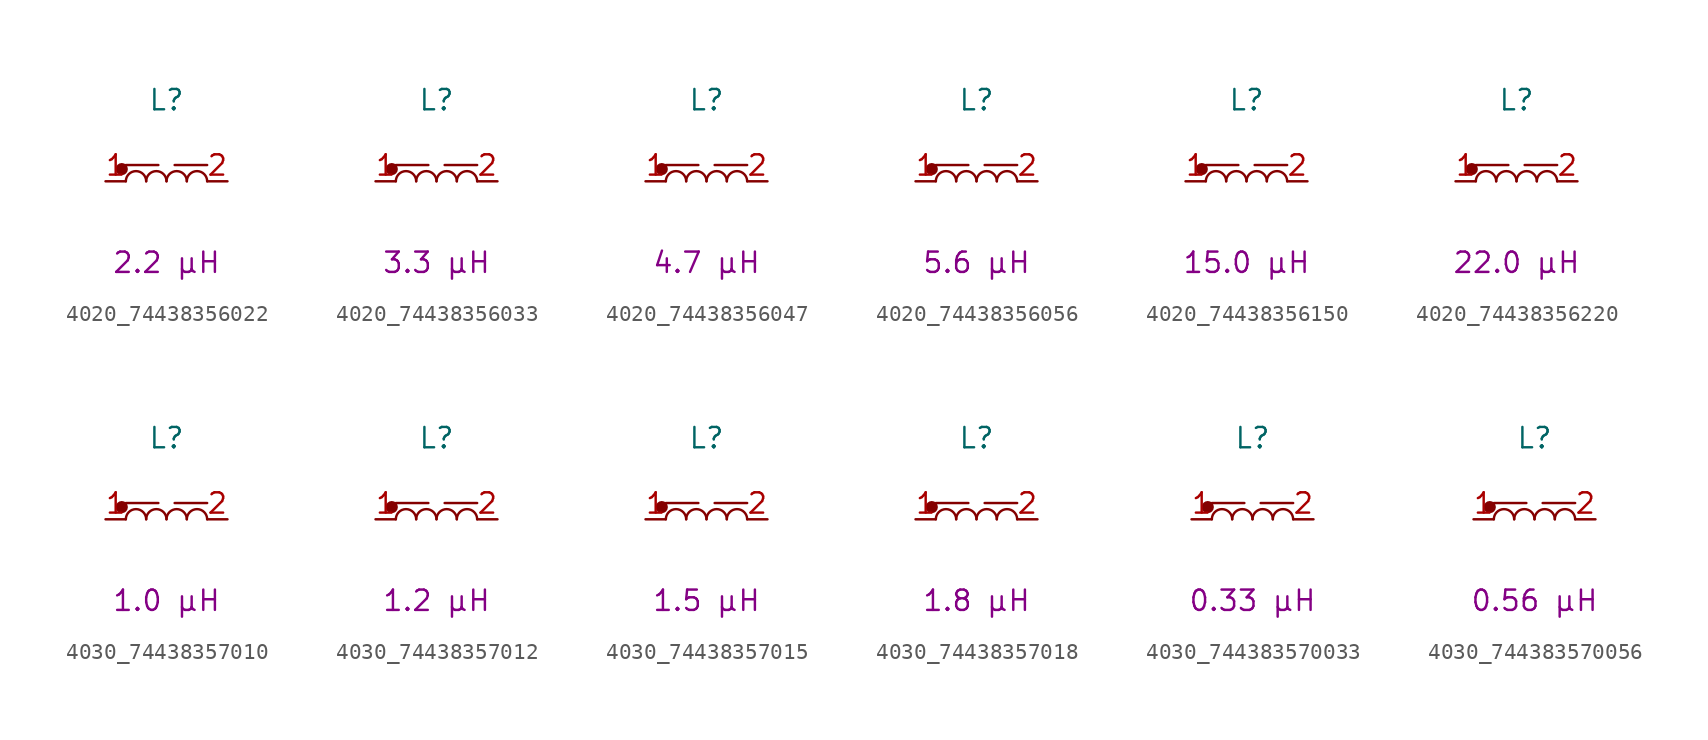
<source format=kicad_sym>
(kicad_symbol_lib
  (version 20220914)
  (generator kicad_symbol_editor)
  (symbol "4020_74438356022"
    (pin_names hide)
    (property "Reference" "L"
      (at 0 5.08 0)
      (effects (font (size 1.27 1.27))))
    (property "Critical Parameter" "2.2 µH"
      (at 0 -5.08 0)
      (effects (font (size 1.27 1.27))))
    (symbol "4020_74438356022_0_1"
      (arc (start -1.27 0) (mid -1.905 0.6323) (end -2.54 0) (stroke (width 0) (type default)) (fill (type none)))
      (arc (start 0 0) (mid -0.635 0.6323) (end -1.27 0) (stroke (width 0) (type default)) (fill (type none)))
      (polyline (pts (xy -2.54 1.016) (xy -0.508 1.016)) (stroke (width 0) (type default)) (fill (type none)))
      (arc (start 1.27 0) (mid 0.635 0.6323) (end 0 0) (stroke (width 0) (type default)) (fill (type none)))
      (arc (start 2.54 0) (mid 1.905 0.6323) (end 1.27 0) (stroke (width 0) (type default)) (fill (type none))))
    (symbol "4020_74438356022_1_1"
      (circle (center -2.794 0.762) (radius 0.0001) (stroke (width 0.381) (type default)) (fill (type none)))
      (polyline (pts (xy 2.54 1.016) (xy 0.508 1.016)) (stroke (width 0) (type default)) (fill (type none)))
      (pin passive line (at -3.81 0 0) (length 1.27) (name "1" (effects (font (size 1.27 1.27)))) (number "1" (effects (font (size 1.27 1.27)))))
      (pin passive line (at 3.81 0 180) (length 1.27) (name "2" (effects (font (size 1.27 1.27)))) (number "2" (effects (font (size 1.27 1.27)))))))
  (symbol "4020_74438356033"
    (pin_names hide)
    (property "Reference" "L"
      (at 0 5.08 0)
      (effects (font (size 1.27 1.27))))
    (property "Critical Parameter" "3.3 µH"
      (at 0 -5.08 0)
      (effects (font (size 1.27 1.27))))
    (symbol "4020_74438356033_0_1"
      (arc (start -1.27 0) (mid -1.905 0.6323) (end -2.54 0) (stroke (width 0) (type default)) (fill (type none)))
      (arc (start 0 0) (mid -0.635 0.6323) (end -1.27 0) (stroke (width 0) (type default)) (fill (type none)))
      (polyline (pts (xy -2.54 1.016) (xy -0.508 1.016)) (stroke (width 0) (type default)) (fill (type none)))
      (arc (start 1.27 0) (mid 0.635 0.6323) (end 0 0) (stroke (width 0) (type default)) (fill (type none)))
      (arc (start 2.54 0) (mid 1.905 0.6323) (end 1.27 0) (stroke (width 0) (type default)) (fill (type none))))
    (symbol "4020_74438356033_1_1"
      (circle (center -2.794 0.762) (radius 0.0001) (stroke (width 0.381) (type default)) (fill (type none)))
      (polyline (pts (xy 2.54 1.016) (xy 0.508 1.016)) (stroke (width 0) (type default)) (fill (type none)))
      (pin passive line (at -3.81 0 0) (length 1.27) (name "1" (effects (font (size 1.27 1.27)))) (number "1" (effects (font (size 1.27 1.27)))))
      (pin passive line (at 3.81 0 180) (length 1.27) (name "2" (effects (font (size 1.27 1.27)))) (number "2" (effects (font (size 1.27 1.27)))))))
  (symbol "4020_74438356047"
    (pin_names hide)
    (property "Reference" "L"
      (at 0 5.08 0)
      (effects (font (size 1.27 1.27))))
    (property "Critical Parameter" "4.7 µH"
      (at 0 -5.08 0)
      (effects (font (size 1.27 1.27))))
    (symbol "4020_74438356047_0_1"
      (arc (start -1.27 0) (mid -1.905 0.6323) (end -2.54 0) (stroke (width 0) (type default)) (fill (type none)))
      (arc (start 0 0) (mid -0.635 0.6323) (end -1.27 0) (stroke (width 0) (type default)) (fill (type none)))
      (polyline (pts (xy -2.54 1.016) (xy -0.508 1.016)) (stroke (width 0) (type default)) (fill (type none)))
      (arc (start 1.27 0) (mid 0.635 0.6323) (end 0 0) (stroke (width 0) (type default)) (fill (type none)))
      (arc (start 2.54 0) (mid 1.905 0.6323) (end 1.27 0) (stroke (width 0) (type default)) (fill (type none))))
    (symbol "4020_74438356047_1_1"
      (circle (center -2.794 0.762) (radius 0.0001) (stroke (width 0.381) (type default)) (fill (type none)))
      (polyline (pts (xy 2.54 1.016) (xy 0.508 1.016)) (stroke (width 0) (type default)) (fill (type none)))
      (pin passive line (at -3.81 0 0) (length 1.27) (name "1" (effects (font (size 1.27 1.27)))) (number "1" (effects (font (size 1.27 1.27)))))
      (pin passive line (at 3.81 0 180) (length 1.27) (name "2" (effects (font (size 1.27 1.27)))) (number "2" (effects (font (size 1.27 1.27)))))))
  (symbol "4020_74438356056"
    (pin_names hide)
    (property "Reference" "L"
      (at 0 5.08 0)
      (effects (font (size 1.27 1.27))))
    (property "Critical Parameter" "5.6 µH"
      (at 0 -5.08 0)
      (effects (font (size 1.27 1.27))))
    (symbol "4020_74438356056_0_1"
      (arc (start -1.27 0) (mid -1.905 0.6323) (end -2.54 0) (stroke (width 0) (type default)) (fill (type none)))
      (arc (start 0 0) (mid -0.635 0.6323) (end -1.27 0) (stroke (width 0) (type default)) (fill (type none)))
      (polyline (pts (xy -2.54 1.016) (xy -0.508 1.016)) (stroke (width 0) (type default)) (fill (type none)))
      (arc (start 1.27 0) (mid 0.635 0.6323) (end 0 0) (stroke (width 0) (type default)) (fill (type none)))
      (arc (start 2.54 0) (mid 1.905 0.6323) (end 1.27 0) (stroke (width 0) (type default)) (fill (type none))))
    (symbol "4020_74438356056_1_1"
      (circle (center -2.794 0.762) (radius 0.0001) (stroke (width 0.381) (type default)) (fill (type none)))
      (polyline (pts (xy 2.54 1.016) (xy 0.508 1.016)) (stroke (width 0) (type default)) (fill (type none)))
      (pin passive line (at -3.81 0 0) (length 1.27) (name "1" (effects (font (size 1.27 1.27)))) (number "1" (effects (font (size 1.27 1.27)))))
      (pin passive line (at 3.81 0 180) (length 1.27) (name "2" (effects (font (size 1.27 1.27)))) (number "2" (effects (font (size 1.27 1.27)))))))
  (symbol "4020_74438356150"
    (pin_names hide)
    (property "Reference" "L"
      (at 0 5.08 0)
      (effects (font (size 1.27 1.27))))
    (property "Critical Parameter" "15.0 µH"
      (at 0 -5.08 0)
      (effects (font (size 1.27 1.27))))
    (symbol "4020_74438356150_0_1"
      (arc (start -1.27 0) (mid -1.905 0.6323) (end -2.54 0) (stroke (width 0) (type default)) (fill (type none)))
      (arc (start 0 0) (mid -0.635 0.6323) (end -1.27 0) (stroke (width 0) (type default)) (fill (type none)))
      (polyline (pts (xy -2.54 1.016) (xy -0.508 1.016)) (stroke (width 0) (type default)) (fill (type none)))
      (arc (start 1.27 0) (mid 0.635 0.6323) (end 0 0) (stroke (width 0) (type default)) (fill (type none)))
      (arc (start 2.54 0) (mid 1.905 0.6323) (end 1.27 0) (stroke (width 0) (type default)) (fill (type none))))
    (symbol "4020_74438356150_1_1"
      (circle (center -2.794 0.762) (radius 0.0001) (stroke (width 0.381) (type default)) (fill (type none)))
      (polyline (pts (xy 2.54 1.016) (xy 0.508 1.016)) (stroke (width 0) (type default)) (fill (type none)))
      (pin passive line (at -3.81 0 0) (length 1.27) (name "1" (effects (font (size 1.27 1.27)))) (number "1" (effects (font (size 1.27 1.27)))))
      (pin passive line (at 3.81 0 180) (length 1.27) (name "2" (effects (font (size 1.27 1.27)))) (number "2" (effects (font (size 1.27 1.27)))))))
  (symbol "4020_74438356220"
    (pin_names hide)
    (property "Reference" "L"
      (at 0 5.08 0)
      (effects (font (size 1.27 1.27))))
    (property "Critical Parameter" "22.0 µH"
      (at 0 -5.08 0)
      (effects (font (size 1.27 1.27))))
    (symbol "4020_74438356220_0_1"
      (arc (start -1.27 0) (mid -1.905 0.6323) (end -2.54 0) (stroke (width 0) (type default)) (fill (type none)))
      (arc (start 0 0) (mid -0.635 0.6323) (end -1.27 0) (stroke (width 0) (type default)) (fill (type none)))
      (polyline (pts (xy -2.54 1.016) (xy -0.508 1.016)) (stroke (width 0) (type default)) (fill (type none)))
      (arc (start 1.27 0) (mid 0.635 0.6323) (end 0 0) (stroke (width 0) (type default)) (fill (type none)))
      (arc (start 2.54 0) (mid 1.905 0.6323) (end 1.27 0) (stroke (width 0) (type default)) (fill (type none))))
    (symbol "4020_74438356220_1_1"
      (circle (center -2.794 0.762) (radius 0.0001) (stroke (width 0.381) (type default)) (fill (type none)))
      (polyline (pts (xy 2.54 1.016) (xy 0.508 1.016)) (stroke (width 0) (type default)) (fill (type none)))
      (pin passive line (at -3.81 0 0) (length 1.27) (name "1" (effects (font (size 1.27 1.27)))) (number "1" (effects (font (size 1.27 1.27)))))
      (pin passive line (at 3.81 0 180) (length 1.27) (name "2" (effects (font (size 1.27 1.27)))) (number "2" (effects (font (size 1.27 1.27)))))))
  (symbol "4030_74438357010"
    (pin_names hide)
    (property "Reference" "L"
      (at 0 5.08 0)
      (effects (font (size 1.27 1.27))))
    (property "Critical Parameter" "1.0 µH"
      (at 0 -5.08 0)
      (effects (font (size 1.27 1.27))))
    (symbol "4030_74438357010_0_1"
      (arc (start -1.27 0) (mid -1.905 0.6323) (end -2.54 0) (stroke (width 0) (type default)) (fill (type none)))
      (arc (start 0 0) (mid -0.635 0.6323) (end -1.27 0) (stroke (width 0) (type default)) (fill (type none)))
      (polyline (pts (xy -2.54 1.016) (xy -0.508 1.016)) (stroke (width 0) (type default)) (fill (type none)))
      (arc (start 1.27 0) (mid 0.635 0.6323) (end 0 0) (stroke (width 0) (type default)) (fill (type none)))
      (arc (start 2.54 0) (mid 1.905 0.6323) (end 1.27 0) (stroke (width 0) (type default)) (fill (type none))))
    (symbol "4030_74438357010_1_1"
      (circle (center -2.794 0.762) (radius 0.0001) (stroke (width 0.381) (type default)) (fill (type none)))
      (polyline (pts (xy 2.54 1.016) (xy 0.508 1.016)) (stroke (width 0) (type default)) (fill (type none)))
      (pin passive line (at -3.81 0 0) (length 1.27) (name "1" (effects (font (size 1.27 1.27)))) (number "1" (effects (font (size 1.27 1.27)))))
      (pin passive line (at 3.81 0 180) (length 1.27) (name "2" (effects (font (size 1.27 1.27)))) (number "2" (effects (font (size 1.27 1.27)))))))
  (symbol "4030_74438357012"
    (pin_names hide)
    (property "Reference" "L"
      (at 0 5.08 0)
      (effects (font (size 1.27 1.27))))
    (property "Critical Parameter" "1.2 µH"
      (at 0 -5.08 0)
      (effects (font (size 1.27 1.27))))
    (symbol "4030_74438357012_0_1"
      (arc (start -1.27 0) (mid -1.905 0.6323) (end -2.54 0) (stroke (width 0) (type default)) (fill (type none)))
      (arc (start 0 0) (mid -0.635 0.6323) (end -1.27 0) (stroke (width 0) (type default)) (fill (type none)))
      (polyline (pts (xy -2.54 1.016) (xy -0.508 1.016)) (stroke (width 0) (type default)) (fill (type none)))
      (arc (start 1.27 0) (mid 0.635 0.6323) (end 0 0) (stroke (width 0) (type default)) (fill (type none)))
      (arc (start 2.54 0) (mid 1.905 0.6323) (end 1.27 0) (stroke (width 0) (type default)) (fill (type none))))
    (symbol "4030_74438357012_1_1"
      (circle (center -2.794 0.762) (radius 0.0001) (stroke (width 0.381) (type default)) (fill (type none)))
      (polyline (pts (xy 2.54 1.016) (xy 0.508 1.016)) (stroke (width 0) (type default)) (fill (type none)))
      (pin passive line (at -3.81 0 0) (length 1.27) (name "1" (effects (font (size 1.27 1.27)))) (number "1" (effects (font (size 1.27 1.27)))))
      (pin passive line (at 3.81 0 180) (length 1.27) (name "2" (effects (font (size 1.27 1.27)))) (number "2" (effects (font (size 1.27 1.27)))))))
  (symbol "4030_74438357015"
    (pin_names hide)
    (property "Reference" "L"
      (at 0 5.08 0)
      (effects (font (size 1.27 1.27))))
    (property "Critical Parameter" "1.5 µH"
      (at 0 -5.08 0)
      (effects (font (size 1.27 1.27))))
    (symbol "4030_74438357015_0_1"
      (arc (start -1.27 0) (mid -1.905 0.6323) (end -2.54 0) (stroke (width 0) (type default)) (fill (type none)))
      (arc (start 0 0) (mid -0.635 0.6323) (end -1.27 0) (stroke (width 0) (type default)) (fill (type none)))
      (polyline (pts (xy -2.54 1.016) (xy -0.508 1.016)) (stroke (width 0) (type default)) (fill (type none)))
      (arc (start 1.27 0) (mid 0.635 0.6323) (end 0 0) (stroke (width 0) (type default)) (fill (type none)))
      (arc (start 2.54 0) (mid 1.905 0.6323) (end 1.27 0) (stroke (width 0) (type default)) (fill (type none))))
    (symbol "4030_74438357015_1_1"
      (circle (center -2.794 0.762) (radius 0.0001) (stroke (width 0.381) (type default)) (fill (type none)))
      (polyline (pts (xy 2.54 1.016) (xy 0.508 1.016)) (stroke (width 0) (type default)) (fill (type none)))
      (pin passive line (at -3.81 0 0) (length 1.27) (name "1" (effects (font (size 1.27 1.27)))) (number "1" (effects (font (size 1.27 1.27)))))
      (pin passive line (at 3.81 0 180) (length 1.27) (name "2" (effects (font (size 1.27 1.27)))) (number "2" (effects (font (size 1.27 1.27)))))))
  (symbol "4030_74438357018"
    (pin_names hide)
    (property "Reference" "L"
      (at 0 5.08 0)
      (effects (font (size 1.27 1.27))))
    (property "Critical Parameter" "1.8 µH"
      (at 0 -5.08 0)
      (effects (font (size 1.27 1.27))))
    (symbol "4030_74438357018_0_1"
      (arc (start -1.27 0) (mid -1.905 0.6323) (end -2.54 0) (stroke (width 0) (type default)) (fill (type none)))
      (arc (start 0 0) (mid -0.635 0.6323) (end -1.27 0) (stroke (width 0) (type default)) (fill (type none)))
      (polyline (pts (xy -2.54 1.016) (xy -0.508 1.016)) (stroke (width 0) (type default)) (fill (type none)))
      (arc (start 1.27 0) (mid 0.635 0.6323) (end 0 0) (stroke (width 0) (type default)) (fill (type none)))
      (arc (start 2.54 0) (mid 1.905 0.6323) (end 1.27 0) (stroke (width 0) (type default)) (fill (type none))))
    (symbol "4030_74438357018_1_1"
      (circle (center -2.794 0.762) (radius 0.0001) (stroke (width 0.381) (type default)) (fill (type none)))
      (polyline (pts (xy 2.54 1.016) (xy 0.508 1.016)) (stroke (width 0) (type default)) (fill (type none)))
      (pin passive line (at -3.81 0 0) (length 1.27) (name "1" (effects (font (size 1.27 1.27)))) (number "1" (effects (font (size 1.27 1.27)))))
      (pin passive line (at 3.81 0 180) (length 1.27) (name "2" (effects (font (size 1.27 1.27)))) (number "2" (effects (font (size 1.27 1.27)))))))
  (symbol "4030_744383570033"
    (pin_names hide)
    (property "Reference" "L"
      (at 0 5.08 0)
      (effects (font (size 1.27 1.27))))
    (property "Critical Parameter" "0.33 µH"
      (at 0 -5.08 0)
      (effects (font (size 1.27 1.27))))
    (symbol "4030_744383570033_0_1"
      (arc (start -1.27 0) (mid -1.905 0.6323) (end -2.54 0) (stroke (width 0) (type default)) (fill (type none)))
      (arc (start 0 0) (mid -0.635 0.6323) (end -1.27 0) (stroke (width 0) (type default)) (fill (type none)))
      (polyline (pts (xy -2.54 1.016) (xy -0.508 1.016)) (stroke (width 0) (type default)) (fill (type none)))
      (arc (start 1.27 0) (mid 0.635 0.6323) (end 0 0) (stroke (width 0) (type default)) (fill (type none)))
      (arc (start 2.54 0) (mid 1.905 0.6323) (end 1.27 0) (stroke (width 0) (type default)) (fill (type none))))
    (symbol "4030_744383570033_1_1"
      (circle (center -2.794 0.762) (radius 0.0001) (stroke (width 0.381) (type default)) (fill (type none)))
      (polyline (pts (xy 2.54 1.016) (xy 0.508 1.016)) (stroke (width 0) (type default)) (fill (type none)))
      (pin passive line (at -3.81 0 0) (length 1.27) (name "1" (effects (font (size 1.27 1.27)))) (number "1" (effects (font (size 1.27 1.27)))))
      (pin passive line (at 3.81 0 180) (length 1.27) (name "2" (effects (font (size 1.27 1.27)))) (number "2" (effects (font (size 1.27 1.27)))))))
  (symbol "4030_744383570056"
    (pin_names hide)
    (property "Reference" "L"
      (at 0 5.08 0)
      (effects (font (size 1.27 1.27))))
    (property "Critical Parameter" "0.56 µH"
      (at 0 -5.08 0)
      (effects (font (size 1.27 1.27))))
    (symbol "4030_744383570056_0_1"
      (arc (start -1.27 0) (mid -1.905 0.6323) (end -2.54 0) (stroke (width 0) (type default)) (fill (type none)))
      (arc (start 0 0) (mid -0.635 0.6323) (end -1.27 0) (stroke (width 0) (type default)) (fill (type none)))
      (polyline (pts (xy -2.54 1.016) (xy -0.508 1.016)) (stroke (width 0) (type default)) (fill (type none)))
      (arc (start 1.27 0) (mid 0.635 0.6323) (end 0 0) (stroke (width 0) (type default)) (fill (type none)))
      (arc (start 2.54 0) (mid 1.905 0.6323) (end 1.27 0) (stroke (width 0) (type default)) (fill (type none))))
    (symbol "4030_744383570056_1_1"
      (circle (center -2.794 0.762) (radius 0.0001) (stroke (width 0.381) (type default)) (fill (type none)))
      (polyline (pts (xy 2.54 1.016) (xy 0.508 1.016)) (stroke (width 0) (type default)) (fill (type none)))
      (pin passive line (at -3.81 0 0) (length 1.27) (name "1" (effects (font (size 1.27 1.27)))) (number "1" (effects (font (size 1.27 1.27)))))
      (pin passive line (at 3.81 0 180) (length 1.27) (name "2" (effects (font (size 1.27 1.27)))) (number "2" (effects (font (size 1.27 1.27))))))))
</source>
